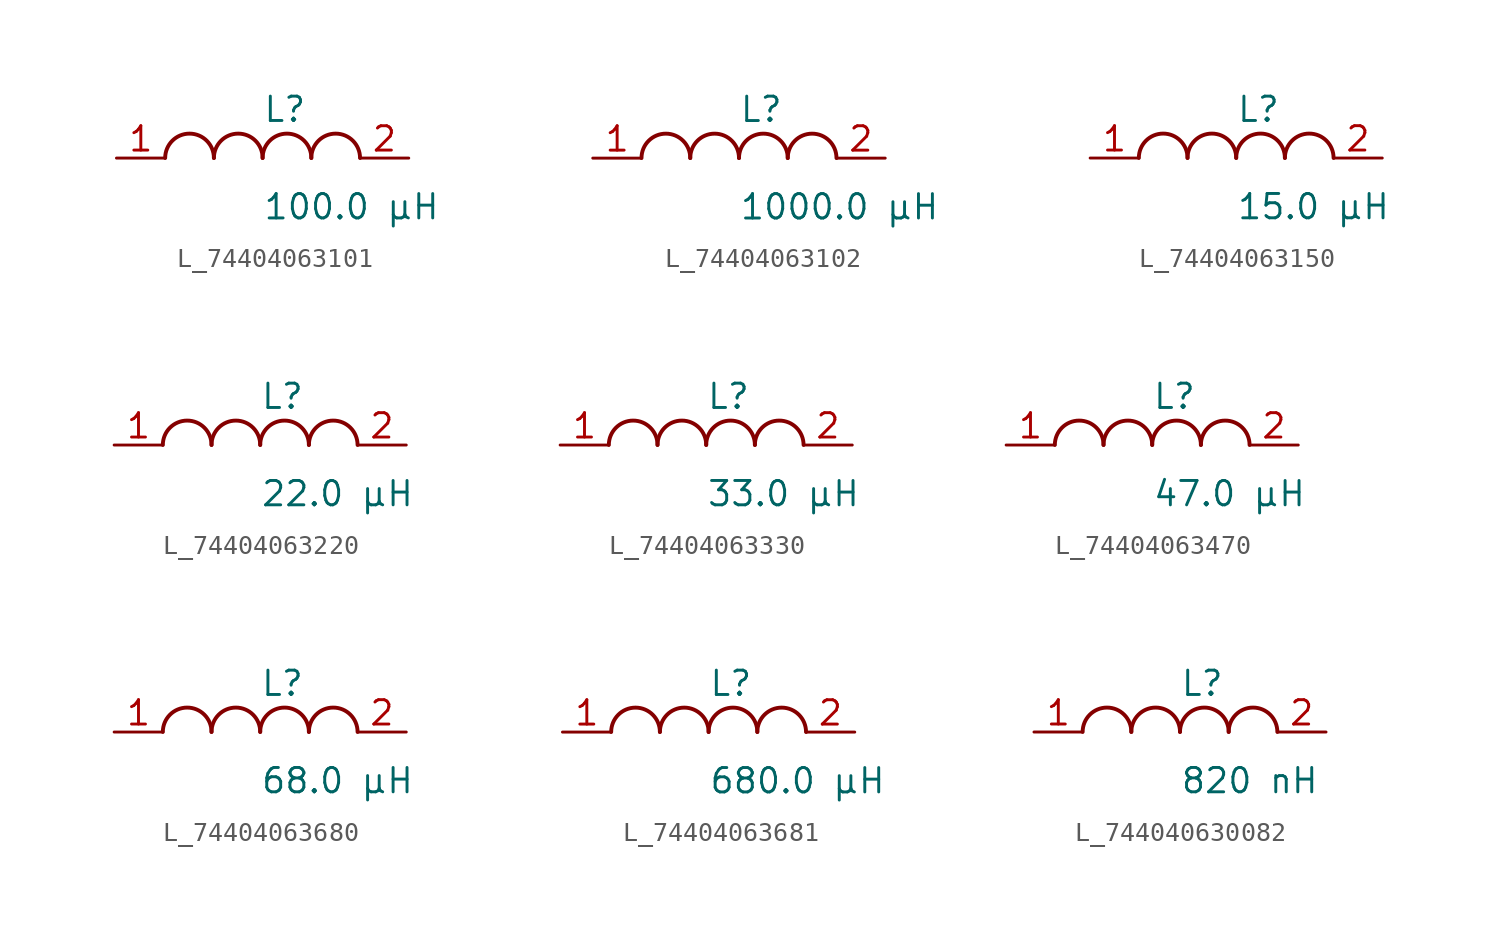
<source format=kicad_sym>
(kicad_symbol_lib
  (version 20231120)
  (generator kicad_symbol_editor)
  (generator_version 8.0)
  (symbol "L_74404063101"
    (pin_names
      (offset 0.254))
    (property "Reference" "L"
      (at 0 2.54 0)
      (effects (font (size 1.27 1.27)) (justify left)))
    (property "Value" "100.0 µH"
      (at 0 -2.54 0)
      (effects (font (size 1.27 1.27)) (justify left)))
    (symbol "L_74404063101_1_1"
      (arc (start -2.54 0.0056) (mid -3.81 1.27) (end -5.08 0.0056) (stroke (width 0.2032) (type default)) (fill (type none)))
      (arc (start 0 0.0056) (mid -1.27 1.27) (end -2.54 0.0056) (stroke (width 0.2032) (type default)) (fill (type none)))
      (arc (start 2.54 0.0056) (mid 1.27 1.27) (end 0 0.0056) (stroke (width 0.2032) (type default)) (fill (type none)))
      (arc (start 5.08 0.0056) (mid 3.81 1.27) (end 2.54 0.0056) (stroke (width 0.2032) (type default)) (fill (type none)))
      (pin passive line (at -7.62 0 0) (length 2.54) (name "" (effects (font (size 1.27 1.27)))) (number "1" (effects (font (size 1.27 1.27)))))
      (pin passive line (at 7.62 0 180) (length 2.54) (name "" (effects (font (size 1.27 1.27)))) (number "2" (effects (font (size 1.27 1.27)))))))
  (symbol "L_74404063102"
    (pin_names
      (offset 0.254))
    (property "Reference" "L"
      (at 0 2.54 0)
      (effects (font (size 1.27 1.27)) (justify left)))
    (property "Value" "1000.0 µH"
      (at 0 -2.54 0)
      (effects (font (size 1.27 1.27)) (justify left)))
    (symbol "L_74404063102_1_1"
      (arc (start -2.54 0.0056) (mid -3.81 1.27) (end -5.08 0.0056) (stroke (width 0.2032) (type default)) (fill (type none)))
      (arc (start 0 0.0056) (mid -1.27 1.27) (end -2.54 0.0056) (stroke (width 0.2032) (type default)) (fill (type none)))
      (arc (start 2.54 0.0056) (mid 1.27 1.27) (end 0 0.0056) (stroke (width 0.2032) (type default)) (fill (type none)))
      (arc (start 5.08 0.0056) (mid 3.81 1.27) (end 2.54 0.0056) (stroke (width 0.2032) (type default)) (fill (type none)))
      (pin passive line (at -7.62 0 0) (length 2.54) (name "" (effects (font (size 1.27 1.27)))) (number "1" (effects (font (size 1.27 1.27)))))
      (pin passive line (at 7.62 0 180) (length 2.54) (name "" (effects (font (size 1.27 1.27)))) (number "2" (effects (font (size 1.27 1.27)))))))
  (symbol "L_74404063150"
    (pin_names
      (offset 0.254))
    (property "Reference" "L"
      (at 0 2.54 0)
      (effects (font (size 1.27 1.27)) (justify left)))
    (property "Value" "15.0 µH"
      (at 0 -2.54 0)
      (effects (font (size 1.27 1.27)) (justify left)))
    (symbol "L_74404063150_1_1"
      (arc (start -2.54 0.0056) (mid -3.81 1.27) (end -5.08 0.0056) (stroke (width 0.2032) (type default)) (fill (type none)))
      (arc (start 0 0.0056) (mid -1.27 1.27) (end -2.54 0.0056) (stroke (width 0.2032) (type default)) (fill (type none)))
      (arc (start 2.54 0.0056) (mid 1.27 1.27) (end 0 0.0056) (stroke (width 0.2032) (type default)) (fill (type none)))
      (arc (start 5.08 0.0056) (mid 3.81 1.27) (end 2.54 0.0056) (stroke (width 0.2032) (type default)) (fill (type none)))
      (pin passive line (at -7.62 0 0) (length 2.54) (name "" (effects (font (size 1.27 1.27)))) (number "1" (effects (font (size 1.27 1.27)))))
      (pin passive line (at 7.62 0 180) (length 2.54) (name "" (effects (font (size 1.27 1.27)))) (number "2" (effects (font (size 1.27 1.27)))))))
  (symbol "L_74404063220"
    (pin_names
      (offset 0.254))
    (property "Reference" "L"
      (at 0 2.54 0)
      (effects (font (size 1.27 1.27)) (justify left)))
    (property "Value" "22.0 µH"
      (at 0 -2.54 0)
      (effects (font (size 1.27 1.27)) (justify left)))
    (symbol "L_74404063220_1_1"
      (arc (start -2.54 0.0056) (mid -3.81 1.27) (end -5.08 0.0056) (stroke (width 0.2032) (type default)) (fill (type none)))
      (arc (start 0 0.0056) (mid -1.27 1.27) (end -2.54 0.0056) (stroke (width 0.2032) (type default)) (fill (type none)))
      (arc (start 2.54 0.0056) (mid 1.27 1.27) (end 0 0.0056) (stroke (width 0.2032) (type default)) (fill (type none)))
      (arc (start 5.08 0.0056) (mid 3.81 1.27) (end 2.54 0.0056) (stroke (width 0.2032) (type default)) (fill (type none)))
      (pin passive line (at -7.62 0 0) (length 2.54) (name "" (effects (font (size 1.27 1.27)))) (number "1" (effects (font (size 1.27 1.27)))))
      (pin passive line (at 7.62 0 180) (length 2.54) (name "" (effects (font (size 1.27 1.27)))) (number "2" (effects (font (size 1.27 1.27)))))))
  (symbol "L_74404063330"
    (pin_names
      (offset 0.254))
    (property "Reference" "L"
      (at 0 2.54 0)
      (effects (font (size 1.27 1.27)) (justify left)))
    (property "Value" "33.0 µH"
      (at 0 -2.54 0)
      (effects (font (size 1.27 1.27)) (justify left)))
    (symbol "L_74404063330_1_1"
      (arc (start -2.54 0.0056) (mid -3.81 1.27) (end -5.08 0.0056) (stroke (width 0.2032) (type default)) (fill (type none)))
      (arc (start 0 0.0056) (mid -1.27 1.27) (end -2.54 0.0056) (stroke (width 0.2032) (type default)) (fill (type none)))
      (arc (start 2.54 0.0056) (mid 1.27 1.27) (end 0 0.0056) (stroke (width 0.2032) (type default)) (fill (type none)))
      (arc (start 5.08 0.0056) (mid 3.81 1.27) (end 2.54 0.0056) (stroke (width 0.2032) (type default)) (fill (type none)))
      (pin passive line (at -7.62 0 0) (length 2.54) (name "" (effects (font (size 1.27 1.27)))) (number "1" (effects (font (size 1.27 1.27)))))
      (pin passive line (at 7.62 0 180) (length 2.54) (name "" (effects (font (size 1.27 1.27)))) (number "2" (effects (font (size 1.27 1.27)))))))
  (symbol "L_74404063470"
    (pin_names
      (offset 0.254))
    (property "Reference" "L"
      (at 0 2.54 0)
      (effects (font (size 1.27 1.27)) (justify left)))
    (property "Value" "47.0 µH"
      (at 0 -2.54 0)
      (effects (font (size 1.27 1.27)) (justify left)))
    (symbol "L_74404063470_1_1"
      (arc (start -2.54 0.0056) (mid -3.81 1.27) (end -5.08 0.0056) (stroke (width 0.2032) (type default)) (fill (type none)))
      (arc (start 0 0.0056) (mid -1.27 1.27) (end -2.54 0.0056) (stroke (width 0.2032) (type default)) (fill (type none)))
      (arc (start 2.54 0.0056) (mid 1.27 1.27) (end 0 0.0056) (stroke (width 0.2032) (type default)) (fill (type none)))
      (arc (start 5.08 0.0056) (mid 3.81 1.27) (end 2.54 0.0056) (stroke (width 0.2032) (type default)) (fill (type none)))
      (pin passive line (at -7.62 0 0) (length 2.54) (name "" (effects (font (size 1.27 1.27)))) (number "1" (effects (font (size 1.27 1.27)))))
      (pin passive line (at 7.62 0 180) (length 2.54) (name "" (effects (font (size 1.27 1.27)))) (number "2" (effects (font (size 1.27 1.27)))))))
  (symbol "L_74404063680"
    (pin_names
      (offset 0.254))
    (property "Reference" "L"
      (at 0 2.54 0)
      (effects (font (size 1.27 1.27)) (justify left)))
    (property "Value" "68.0 µH"
      (at 0 -2.54 0)
      (effects (font (size 1.27 1.27)) (justify left)))
    (symbol "L_74404063680_1_1"
      (arc (start -2.54 0.0056) (mid -3.81 1.27) (end -5.08 0.0056) (stroke (width 0.2032) (type default)) (fill (type none)))
      (arc (start 0 0.0056) (mid -1.27 1.27) (end -2.54 0.0056) (stroke (width 0.2032) (type default)) (fill (type none)))
      (arc (start 2.54 0.0056) (mid 1.27 1.27) (end 0 0.0056) (stroke (width 0.2032) (type default)) (fill (type none)))
      (arc (start 5.08 0.0056) (mid 3.81 1.27) (end 2.54 0.0056) (stroke (width 0.2032) (type default)) (fill (type none)))
      (pin passive line (at -7.62 0 0) (length 2.54) (name "" (effects (font (size 1.27 1.27)))) (number "1" (effects (font (size 1.27 1.27)))))
      (pin passive line (at 7.62 0 180) (length 2.54) (name "" (effects (font (size 1.27 1.27)))) (number "2" (effects (font (size 1.27 1.27)))))))
  (symbol "L_74404063681"
    (pin_names
      (offset 0.254))
    (property "Reference" "L"
      (at 0 2.54 0)
      (effects (font (size 1.27 1.27)) (justify left)))
    (property "Value" "680.0 µH"
      (at 0 -2.54 0)
      (effects (font (size 1.27 1.27)) (justify left)))
    (symbol "L_74404063681_1_1"
      (arc (start -2.54 0.0056) (mid -3.81 1.27) (end -5.08 0.0056) (stroke (width 0.2032) (type default)) (fill (type none)))
      (arc (start 0 0.0056) (mid -1.27 1.27) (end -2.54 0.0056) (stroke (width 0.2032) (type default)) (fill (type none)))
      (arc (start 2.54 0.0056) (mid 1.27 1.27) (end 0 0.0056) (stroke (width 0.2032) (type default)) (fill (type none)))
      (arc (start 5.08 0.0056) (mid 3.81 1.27) (end 2.54 0.0056) (stroke (width 0.2032) (type default)) (fill (type none)))
      (pin passive line (at -7.62 0 0) (length 2.54) (name "" (effects (font (size 1.27 1.27)))) (number "1" (effects (font (size 1.27 1.27)))))
      (pin passive line (at 7.62 0 180) (length 2.54) (name "" (effects (font (size 1.27 1.27)))) (number "2" (effects (font (size 1.27 1.27)))))))
  (symbol "L_744040630082"
    (pin_names
      (offset 0.254))
    (property "Reference" "L"
      (at 0 2.54 0)
      (effects (font (size 1.27 1.27)) (justify left)))
    (property "Value" "820 nH"
      (at 0 -2.54 0)
      (effects (font (size 1.27 1.27)) (justify left)))
    (symbol "L_744040630082_1_1"
      (arc (start -2.54 0.0056) (mid -3.81 1.27) (end -5.08 0.0056) (stroke (width 0.2032) (type default)) (fill (type none)))
      (arc (start 0 0.0056) (mid -1.27 1.27) (end -2.54 0.0056) (stroke (width 0.2032) (type default)) (fill (type none)))
      (arc (start 2.54 0.0056) (mid 1.27 1.27) (end 0 0.0056) (stroke (width 0.2032) (type default)) (fill (type none)))
      (arc (start 5.08 0.0056) (mid 3.81 1.27) (end 2.54 0.0056) (stroke (width 0.2032) (type default)) (fill (type none)))
      (pin passive line (at -7.62 0 0) (length 2.54) (name "" (effects (font (size 1.27 1.27)))) (number "1" (effects (font (size 1.27 1.27)))))
      (pin passive line (at 7.62 0 180) (length 2.54) (name "" (effects (font (size 1.27 1.27)))) (number "2" (effects (font (size 1.27 1.27))))))))
</source>
